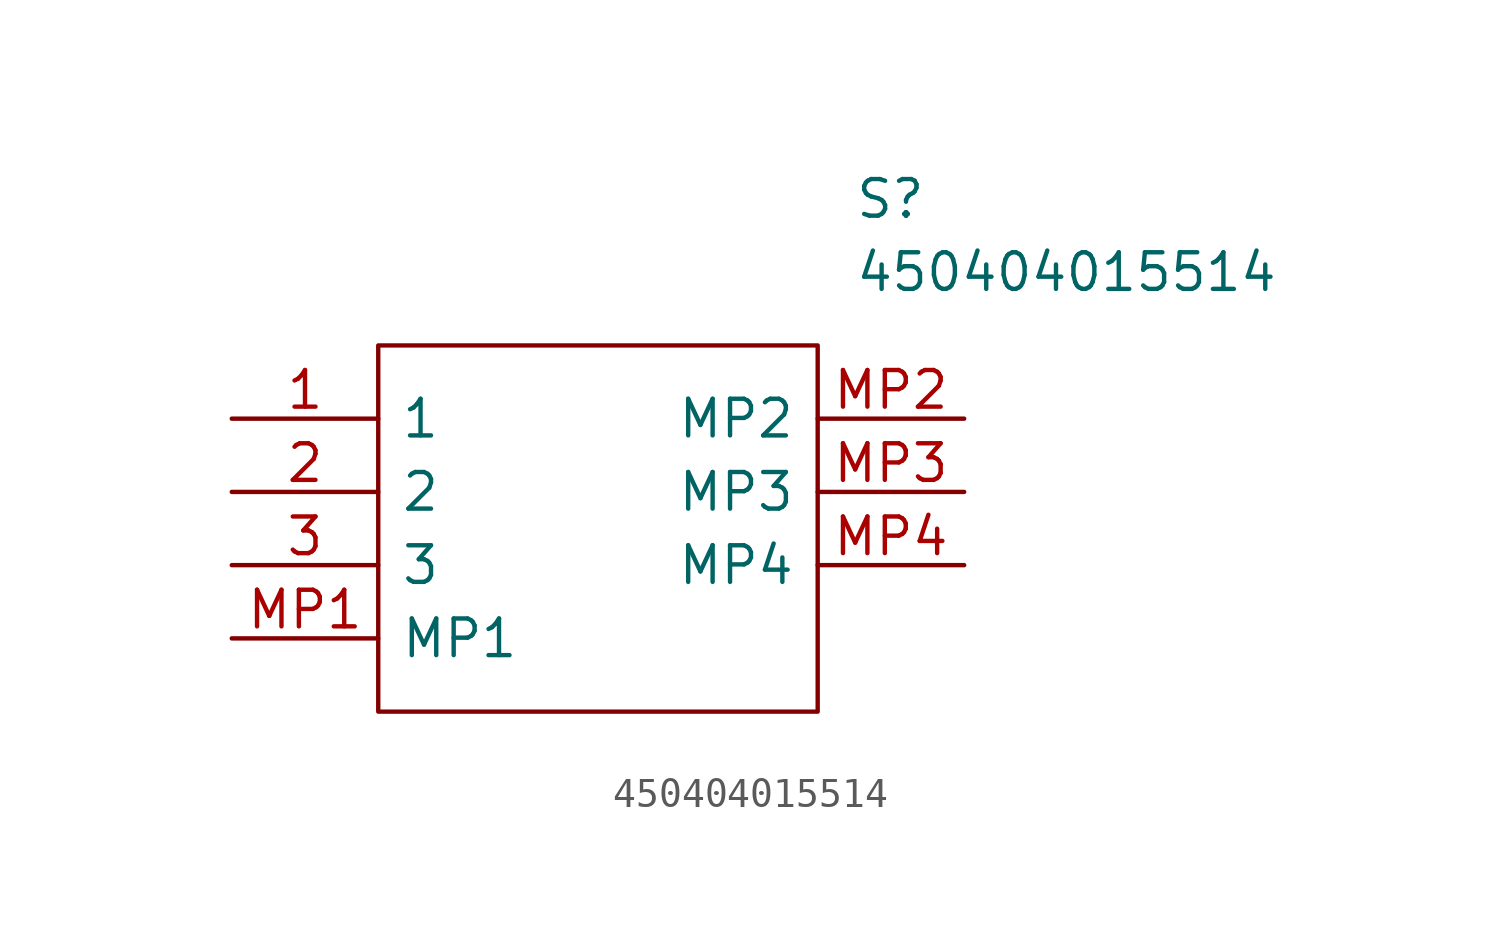
<source format=kicad_sym>
(kicad_symbol_lib
  (version 20210619)
  (generator kicad_symbol_editor)
  (symbol "Switch_user:450404015514"
    (pin_names
      (offset 0.762))
    (property "Reference" "S"
      (at 21.59 7.62 0)
      (effects (font (size 1.27 1.27)) (justify left)))
    (property "Value" "450404015514"
      (at 21.59 5.08 0)
      (effects (font (size 1.27 1.27)) (justify left)))
    (symbol "450404015514_0_0"
      (pin passive line (at 0 0 0) (length 5.08) (name "1" (effects (font (size 1.27 1.27)))) (number "1" (effects (font (size 1.27 1.27)))))
      (pin passive line (at 0 -2.54 0) (length 5.08) (name "2" (effects (font (size 1.27 1.27)))) (number "2" (effects (font (size 1.27 1.27)))))
      (pin passive line (at 0 -5.08 0) (length 5.08) (name "3" (effects (font (size 1.27 1.27)))) (number "3" (effects (font (size 1.27 1.27)))))
      (pin passive line (at 0 -7.62 0) (length 5.08) (name "MP1" (effects (font (size 1.27 1.27)))) (number "MP1" (effects (font (size 1.27 1.27)))))
      (pin passive line (at 25.4 0 180) (length 5.08) (name "MP2" (effects (font (size 1.27 1.27)))) (number "MP2" (effects (font (size 1.27 1.27)))))
      (pin passive line (at 25.4 -2.54 180) (length 5.08) (name "MP3" (effects (font (size 1.27 1.27)))) (number "MP3" (effects (font (size 1.27 1.27)))))
      (pin passive line (at 25.4 -5.08 180) (length 5.08) (name "MP4" (effects (font (size 1.27 1.27)))) (number "MP4" (effects (font (size 1.27 1.27))))))
    (symbol "450404015514_0_1"
      (polyline (pts (xy 5.08 2.54) (xy 20.32 2.54) (xy 20.32 -10.16) (xy 5.08 -10.16) (xy 5.08 2.54)) (stroke (width 0.152)) (fill (type none))))))
</source>
